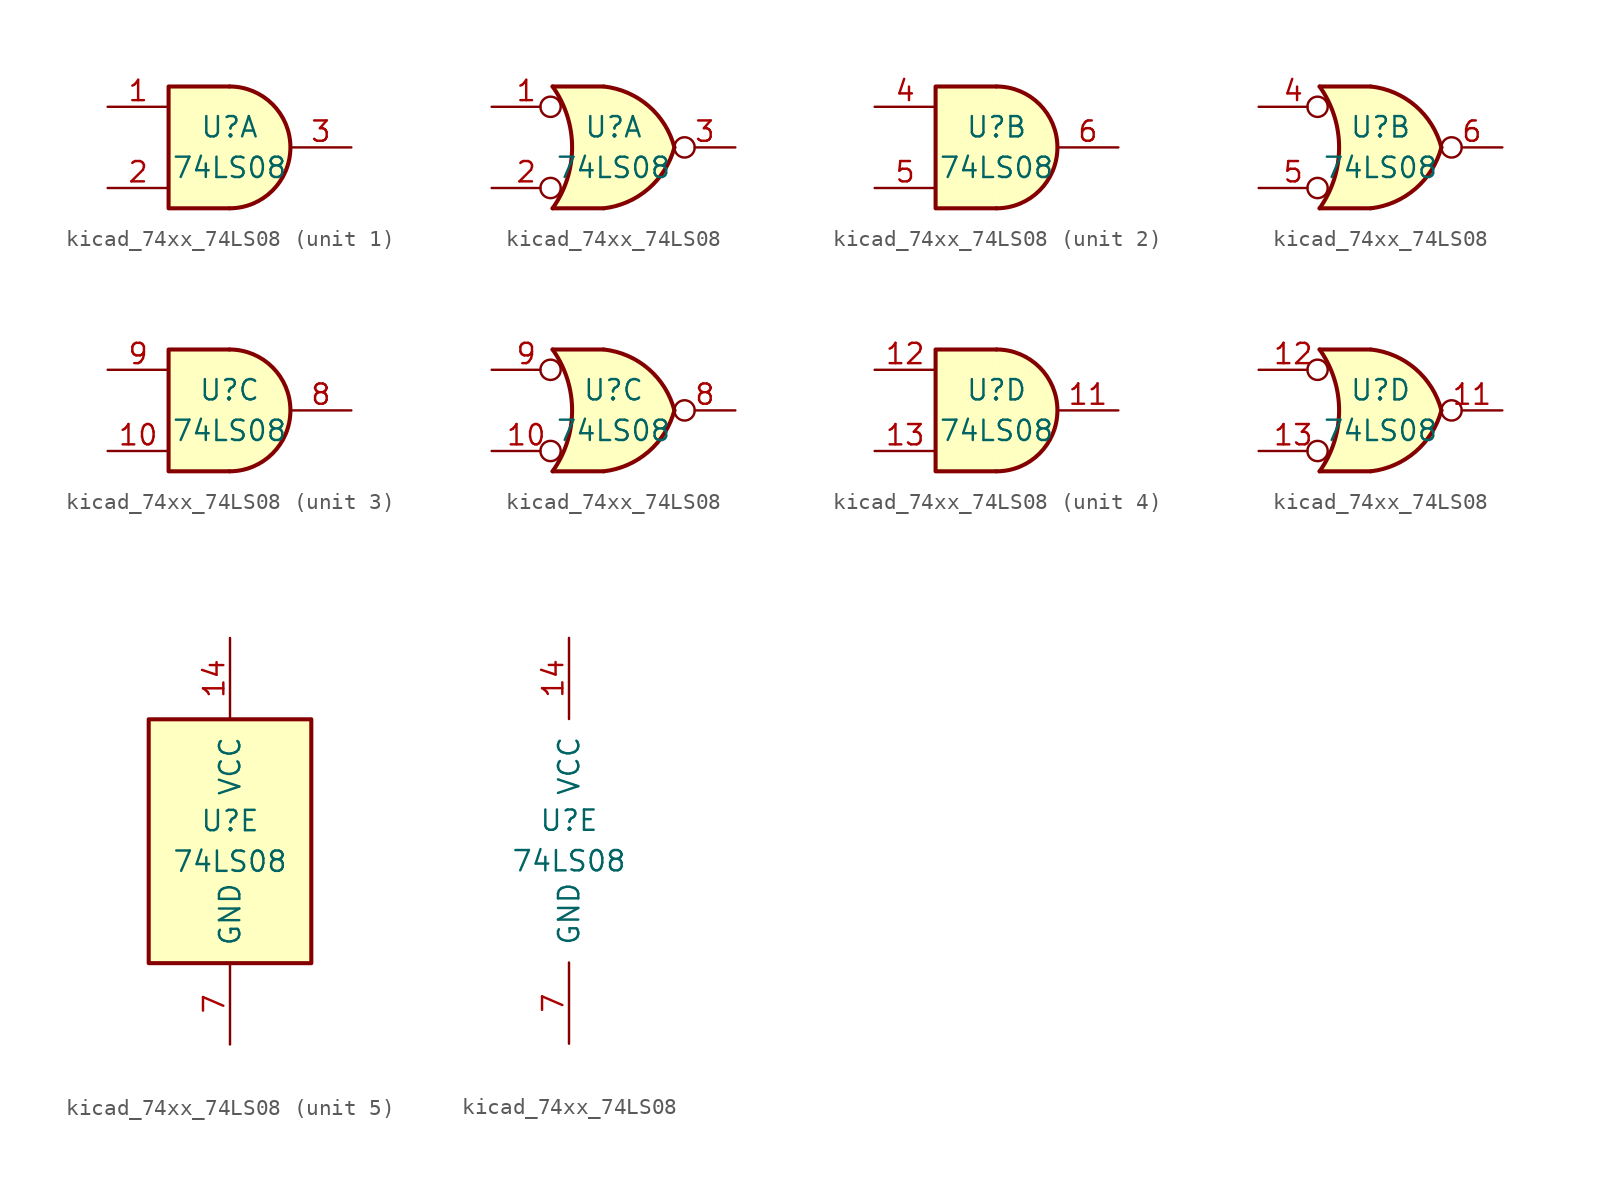
<source format=kicad_sym>
(kicad_symbol_lib
  (version 20220914)
  (generator kicad_symbol_editor)
  (symbol "kicad_74xx_74LS08"
    (pin_names
      (offset 1.016))
    (property "Reference" "U"
      (at 0 1.27 0)
      (effects (font (size 1.27 1.27))))
    (property "Value" "74LS08"
      (at 0 -1.27 0)
      (effects (font (size 1.27 1.27))))
    (property "ki_locked" ""
      (at 0 0 0)
      (effects (font (size 1.27 1.27))))
    (symbol "kicad_74xx_74LS08_1_1"
      (arc (start 0 -3.81) (mid 3.7934 0) (end 0 3.81) (stroke (width 0.254) (type default)) (fill (type background)))
      (polyline (pts (xy 0 3.81) (xy -3.81 3.81) (xy -3.81 -3.81) (xy 0 -3.81)) (stroke (width 0.254) (type default)) (fill (type background)))
      (pin input line (at -7.62 2.54 0) (length 3.81) (name "~" (effects (font (size 1.27 1.27)))) (number "1" (effects (font (size 1.27 1.27)))))
      (pin input line (at -7.62 -2.54 0) (length 3.81) (name "~" (effects (font (size 1.27 1.27)))) (number "2" (effects (font (size 1.27 1.27)))))
      (pin output line (at 7.62 0 180) (length 3.81) (name "~" (effects (font (size 1.27 1.27)))) (number "3" (effects (font (size 1.27 1.27))))))
    (symbol "kicad_74xx_74LS08_1_2"
      (arc (start -3.81 -3.81) (mid -2.589 0) (end -3.81 3.81) (stroke (width 0.254) (type default)) (fill (type none)))
      (arc (start -0.6096 -3.81) (mid 2.1842 -2.5851) (end 3.81 0) (stroke (width 0.254) (type default)) (fill (type background)))
      (polyline (pts (xy -3.81 -3.81) (xy -0.635 -3.81)) (stroke (width 0.254) (type default)) (fill (type background)))
      (polyline (pts (xy -3.81 3.81) (xy -0.635 3.81)) (stroke (width 0.254) (type default)) (fill (type background)))
      (polyline (pts (xy -0.635 3.81) (xy -3.81 3.81) (xy -3.81 3.81) (xy -3.556 3.404) (xy -3.023 2.261) (xy -2.692 1.041) (xy -2.616 -0.254) (xy -2.769 -1.499) (xy -3.175 -2.718) (xy -3.81 -3.81) (xy -3.81 -3.81) (xy -0.635 -3.81)) (stroke (width -25.4) (type default)) (fill (type background)))
      (arc (start 3.81 0) (mid 2.1915 2.5936) (end -0.6096 3.81) (stroke (width 0.254) (type default)) (fill (type background)))
      (pin input inverted (at -7.62 2.54 0) (length 4.318) (name "~" (effects (font (size 1.27 1.27)))) (number "1" (effects (font (size 1.27 1.27)))))
      (pin input inverted (at -7.62 -2.54 0) (length 4.318) (name "~" (effects (font (size 1.27 1.27)))) (number "2" (effects (font (size 1.27 1.27)))))
      (pin output inverted (at 7.62 0 180) (length 3.81) (name "~" (effects (font (size 1.27 1.27)))) (number "3" (effects (font (size 1.27 1.27))))))
    (symbol "kicad_74xx_74LS08_2_1"
      (arc (start 0 -3.81) (mid 3.7934 0) (end 0 3.81) (stroke (width 0.254) (type default)) (fill (type background)))
      (polyline (pts (xy 0 3.81) (xy -3.81 3.81) (xy -3.81 -3.81) (xy 0 -3.81)) (stroke (width 0.254) (type default)) (fill (type background)))
      (pin input line (at -7.62 2.54 0) (length 3.81) (name "~" (effects (font (size 1.27 1.27)))) (number "4" (effects (font (size 1.27 1.27)))))
      (pin input line (at -7.62 -2.54 0) (length 3.81) (name "~" (effects (font (size 1.27 1.27)))) (number "5" (effects (font (size 1.27 1.27)))))
      (pin output line (at 7.62 0 180) (length 3.81) (name "~" (effects (font (size 1.27 1.27)))) (number "6" (effects (font (size 1.27 1.27))))))
    (symbol "kicad_74xx_74LS08_2_2"
      (arc (start -3.81 -3.81) (mid -2.589 0) (end -3.81 3.81) (stroke (width 0.254) (type default)) (fill (type none)))
      (arc (start -0.6096 -3.81) (mid 2.1842 -2.5851) (end 3.81 0) (stroke (width 0.254) (type default)) (fill (type background)))
      (polyline (pts (xy -3.81 -3.81) (xy -0.635 -3.81)) (stroke (width 0.254) (type default)) (fill (type background)))
      (polyline (pts (xy -3.81 3.81) (xy -0.635 3.81)) (stroke (width 0.254) (type default)) (fill (type background)))
      (polyline (pts (xy -0.635 3.81) (xy -3.81 3.81) (xy -3.81 3.81) (xy -3.556 3.404) (xy -3.023 2.261) (xy -2.692 1.041) (xy -2.616 -0.254) (xy -2.769 -1.499) (xy -3.175 -2.718) (xy -3.81 -3.81) (xy -3.81 -3.81) (xy -0.635 -3.81)) (stroke (width -25.4) (type default)) (fill (type background)))
      (arc (start 3.81 0) (mid 2.1915 2.5936) (end -0.6096 3.81) (stroke (width 0.254) (type default)) (fill (type background)))
      (pin input inverted (at -7.62 2.54 0) (length 4.318) (name "~" (effects (font (size 1.27 1.27)))) (number "4" (effects (font (size 1.27 1.27)))))
      (pin input inverted (at -7.62 -2.54 0) (length 4.318) (name "~" (effects (font (size 1.27 1.27)))) (number "5" (effects (font (size 1.27 1.27)))))
      (pin output inverted (at 7.62 0 180) (length 3.81) (name "~" (effects (font (size 1.27 1.27)))) (number "6" (effects (font (size 1.27 1.27))))))
    (symbol "kicad_74xx_74LS08_3_1"
      (arc (start 0 -3.81) (mid 3.7934 0) (end 0 3.81) (stroke (width 0.254) (type default)) (fill (type background)))
      (polyline (pts (xy 0 3.81) (xy -3.81 3.81) (xy -3.81 -3.81) (xy 0 -3.81)) (stroke (width 0.254) (type default)) (fill (type background)))
      (pin input line (at -7.62 -2.54 0) (length 3.81) (name "~" (effects (font (size 1.27 1.27)))) (number "10" (effects (font (size 1.27 1.27)))))
      (pin output line (at 7.62 0 180) (length 3.81) (name "~" (effects (font (size 1.27 1.27)))) (number "8" (effects (font (size 1.27 1.27)))))
      (pin input line (at -7.62 2.54 0) (length 3.81) (name "~" (effects (font (size 1.27 1.27)))) (number "9" (effects (font (size 1.27 1.27))))))
    (symbol "kicad_74xx_74LS08_3_2"
      (arc (start -3.81 -3.81) (mid -2.589 0) (end -3.81 3.81) (stroke (width 0.254) (type default)) (fill (type none)))
      (arc (start -0.6096 -3.81) (mid 2.1842 -2.5851) (end 3.81 0) (stroke (width 0.254) (type default)) (fill (type background)))
      (polyline (pts (xy -3.81 -3.81) (xy -0.635 -3.81)) (stroke (width 0.254) (type default)) (fill (type background)))
      (polyline (pts (xy -3.81 3.81) (xy -0.635 3.81)) (stroke (width 0.254) (type default)) (fill (type background)))
      (polyline (pts (xy -0.635 3.81) (xy -3.81 3.81) (xy -3.81 3.81) (xy -3.556 3.404) (xy -3.023 2.261) (xy -2.692 1.041) (xy -2.616 -0.254) (xy -2.769 -1.499) (xy -3.175 -2.718) (xy -3.81 -3.81) (xy -3.81 -3.81) (xy -0.635 -3.81)) (stroke (width -25.4) (type default)) (fill (type background)))
      (arc (start 3.81 0) (mid 2.1915 2.5936) (end -0.6096 3.81) (stroke (width 0.254) (type default)) (fill (type background)))
      (pin input inverted (at -7.62 -2.54 0) (length 4.318) (name "~" (effects (font (size 1.27 1.27)))) (number "10" (effects (font (size 1.27 1.27)))))
      (pin output inverted (at 7.62 0 180) (length 3.81) (name "~" (effects (font (size 1.27 1.27)))) (number "8" (effects (font (size 1.27 1.27)))))
      (pin input inverted (at -7.62 2.54 0) (length 4.318) (name "~" (effects (font (size 1.27 1.27)))) (number "9" (effects (font (size 1.27 1.27))))))
    (symbol "kicad_74xx_74LS08_4_1"
      (arc (start 0 -3.81) (mid 3.7934 0) (end 0 3.81) (stroke (width 0.254) (type default)) (fill (type background)))
      (polyline (pts (xy 0 3.81) (xy -3.81 3.81) (xy -3.81 -3.81) (xy 0 -3.81)) (stroke (width 0.254) (type default)) (fill (type background)))
      (pin output line (at 7.62 0 180) (length 3.81) (name "~" (effects (font (size 1.27 1.27)))) (number "11" (effects (font (size 1.27 1.27)))))
      (pin input line (at -7.62 2.54 0) (length 3.81) (name "~" (effects (font (size 1.27 1.27)))) (number "12" (effects (font (size 1.27 1.27)))))
      (pin input line (at -7.62 -2.54 0) (length 3.81) (name "~" (effects (font (size 1.27 1.27)))) (number "13" (effects (font (size 1.27 1.27))))))
    (symbol "kicad_74xx_74LS08_4_2"
      (arc (start -3.81 -3.81) (mid -2.589 0) (end -3.81 3.81) (stroke (width 0.254) (type default)) (fill (type none)))
      (arc (start -0.6096 -3.81) (mid 2.1842 -2.5851) (end 3.81 0) (stroke (width 0.254) (type default)) (fill (type background)))
      (polyline (pts (xy -3.81 -3.81) (xy -0.635 -3.81)) (stroke (width 0.254) (type default)) (fill (type background)))
      (polyline (pts (xy -3.81 3.81) (xy -0.635 3.81)) (stroke (width 0.254) (type default)) (fill (type background)))
      (polyline (pts (xy -0.635 3.81) (xy -3.81 3.81) (xy -3.81 3.81) (xy -3.556 3.404) (xy -3.023 2.261) (xy -2.692 1.041) (xy -2.616 -0.254) (xy -2.769 -1.499) (xy -3.175 -2.718) (xy -3.81 -3.81) (xy -3.81 -3.81) (xy -0.635 -3.81)) (stroke (width -25.4) (type default)) (fill (type background)))
      (arc (start 3.81 0) (mid 2.1915 2.5936) (end -0.6096 3.81) (stroke (width 0.254) (type default)) (fill (type background)))
      (pin output inverted (at 7.62 0 180) (length 3.81) (name "~" (effects (font (size 1.27 1.27)))) (number "11" (effects (font (size 1.27 1.27)))))
      (pin input inverted (at -7.62 2.54 0) (length 4.318) (name "~" (effects (font (size 1.27 1.27)))) (number "12" (effects (font (size 1.27 1.27)))))
      (pin input inverted (at -7.62 -2.54 0) (length 4.318) (name "~" (effects (font (size 1.27 1.27)))) (number "13" (effects (font (size 1.27 1.27))))))
    (symbol "kicad_74xx_74LS08_5_0"
      (pin power_in line (at 0 12.7 270) (length 5.08) (name "VCC" (effects (font (size 1.27 1.27)))) (number "14" (effects (font (size 1.27 1.27)))))
      (pin power_in line (at 0 -12.7 90) (length 5.08) (name "GND" (effects (font (size 1.27 1.27)))) (number "7" (effects (font (size 1.27 1.27))))))
    (symbol "kicad_74xx_74LS08_5_1"
      (rectangle (start -5.08 7.62) (end 5.08 -7.62) (stroke (width 0.254) (type default)) (fill (type background))))))
</source>
